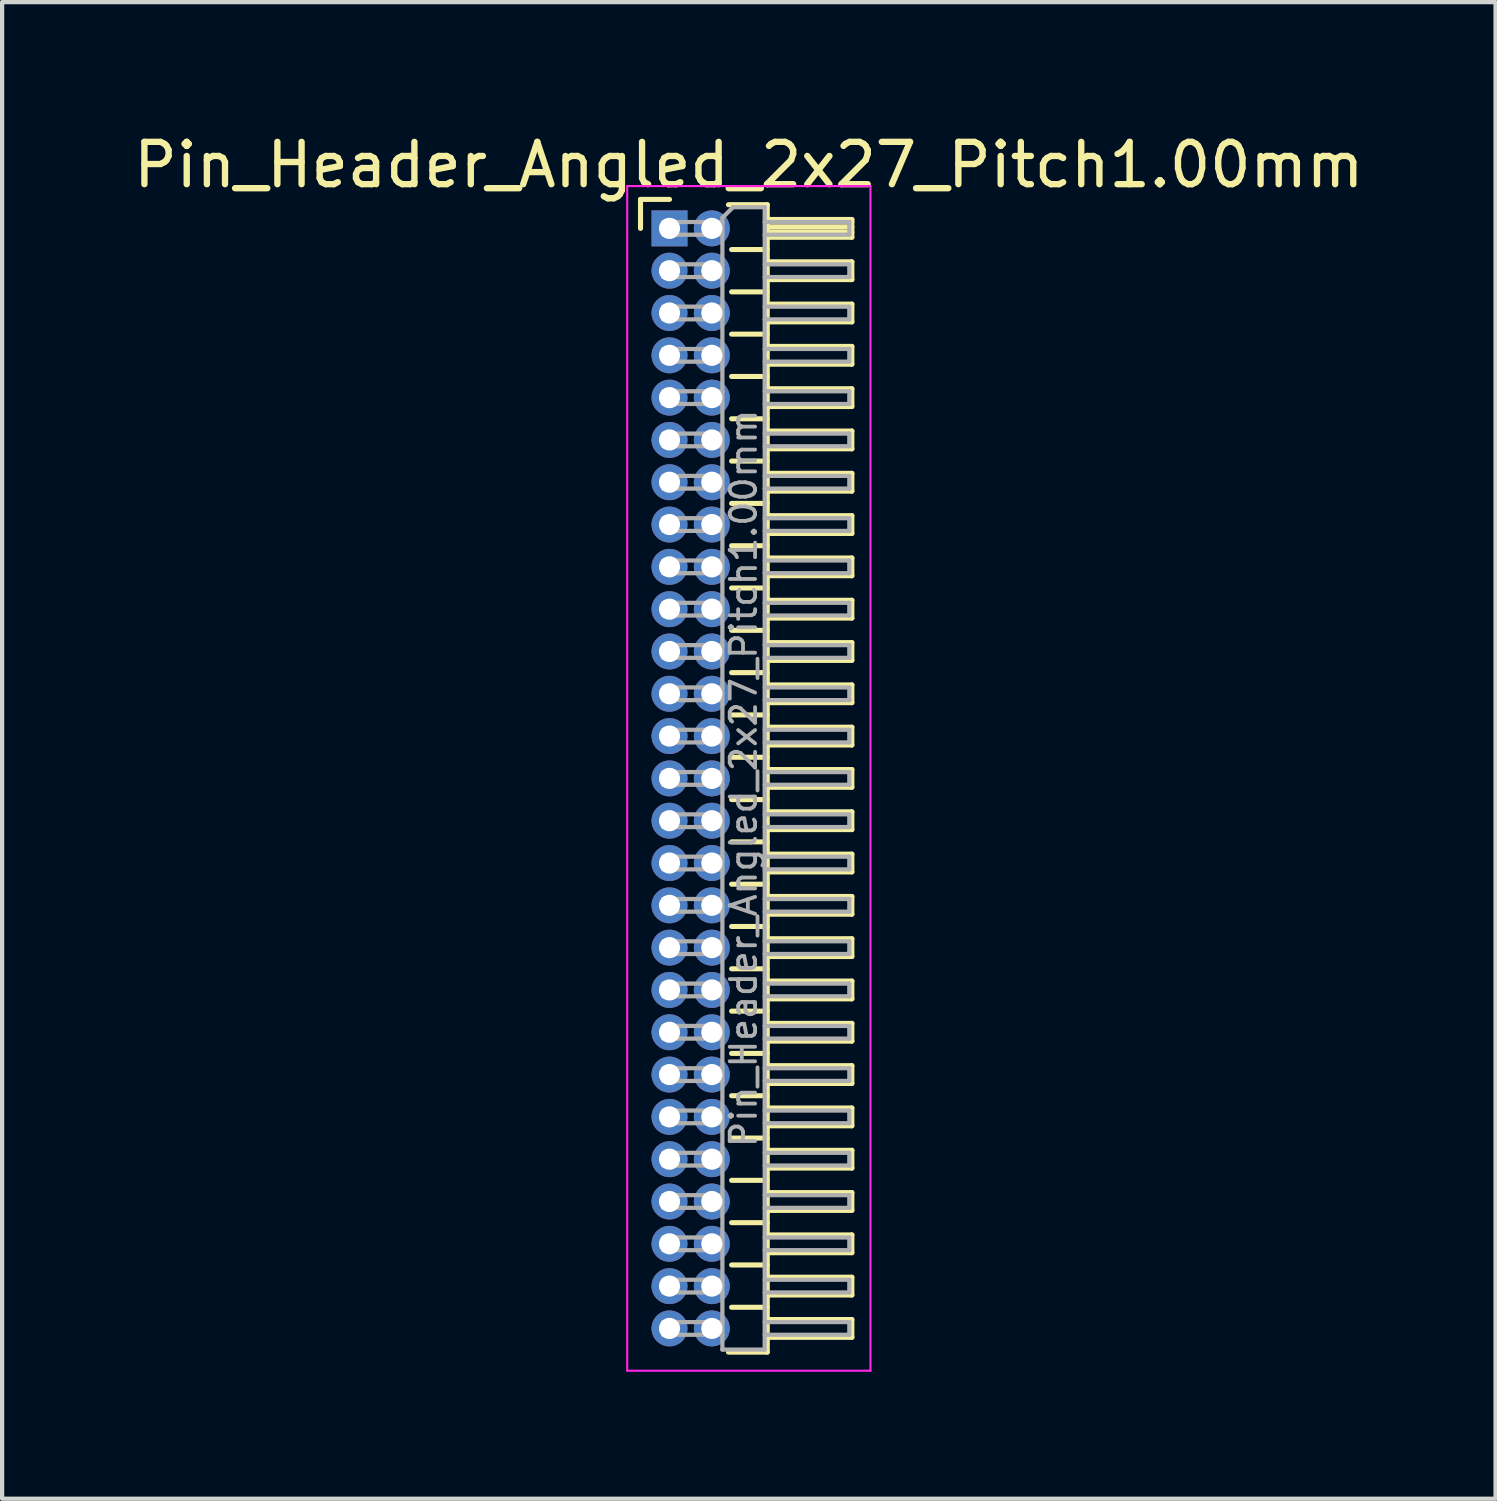
<source format=kicad_pcb>
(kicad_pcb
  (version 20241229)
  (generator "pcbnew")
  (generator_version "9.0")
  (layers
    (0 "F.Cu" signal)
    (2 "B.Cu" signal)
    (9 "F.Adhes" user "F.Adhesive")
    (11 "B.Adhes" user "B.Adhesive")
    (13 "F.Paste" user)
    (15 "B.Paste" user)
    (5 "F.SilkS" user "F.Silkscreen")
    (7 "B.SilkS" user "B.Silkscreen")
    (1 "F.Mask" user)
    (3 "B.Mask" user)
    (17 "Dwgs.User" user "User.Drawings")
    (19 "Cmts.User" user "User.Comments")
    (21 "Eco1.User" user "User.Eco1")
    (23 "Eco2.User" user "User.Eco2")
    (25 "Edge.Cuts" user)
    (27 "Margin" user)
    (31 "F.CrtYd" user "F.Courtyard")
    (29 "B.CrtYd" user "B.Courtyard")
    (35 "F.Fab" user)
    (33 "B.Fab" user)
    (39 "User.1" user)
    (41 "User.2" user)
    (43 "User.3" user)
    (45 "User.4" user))
  (footprint "Pin_Header_Angled_2x27_Pitch1.00mm"
    (layer "F.Cu")
    (at 12.774 2.348)
    (property "Reference" "Pin_Header_Angled_2x27_Pitch1.00mm" (at 1.875 -1.5 0) (layer "F.SilkS") (effects (font (size 1 1) (thickness 0.15))))
    (attr through_hole)
    (fp_line (start -0.685 -0.685) (end 0 -0.685) (stroke (width 0.12) (type solid)) (layer "F.SilkS"))
    (fp_line (start -0.685 0) (end -0.685 -0.685) (stroke (width 0.12) (type solid)) (layer "F.SilkS"))
    (fp_line (start 1.394 -0.56) (end 2.31 -0.56) (stroke (width 0.12) (type solid)) (layer "F.SilkS"))
    (fp_line (start 1.468 0.5) (end 2.31 0.5) (stroke (width 0.12) (type solid)) (layer "F.SilkS"))
    (fp_line (start 1.468 1.5) (end 2.31 1.5) (stroke (width 0.12) (type solid)) (layer "F.SilkS"))
    (fp_line (start 1.468 2.5) (end 2.31 2.5) (stroke (width 0.12) (type solid)) (layer "F.SilkS"))
    (fp_line (start 1.468 3.5) (end 2.31 3.5) (stroke (width 0.12) (type solid)) (layer "F.SilkS"))
    (fp_line (start 1.468 4.5) (end 2.31 4.5) (stroke (width 0.12) (type solid)) (layer "F.SilkS"))
    (fp_line (start 1.468 5.5) (end 2.31 5.5) (stroke (width 0.12) (type solid)) (layer "F.SilkS"))
    (fp_line (start 1.468 6.5) (end 2.31 6.5) (stroke (width 0.12) (type solid)) (layer "F.SilkS"))
    (fp_line (start 1.468 7.5) (end 2.31 7.5) (stroke (width 0.12) (type solid)) (layer "F.SilkS"))
    (fp_line (start 1.468 8.5) (end 2.31 8.5) (stroke (width 0.12) (type solid)) (layer "F.SilkS"))
    (fp_line (start 1.468 9.5) (end 2.31 9.5) (stroke (width 0.12) (type solid)) (layer "F.SilkS"))
    (fp_line (start 1.468 10.5) (end 2.31 10.5) (stroke (width 0.12) (type solid)) (layer "F.SilkS"))
    (fp_line (start 1.468 11.5) (end 2.31 11.5) (stroke (width 0.12) (type solid)) (layer "F.SilkS"))
    (fp_line (start 1.468 12.5) (end 2.31 12.5) (stroke (width 0.12) (type solid)) (layer "F.SilkS"))
    (fp_line (start 1.468 13.5) (end 2.31 13.5) (stroke (width 0.12) (type solid)) (layer "F.SilkS"))
    (fp_line (start 1.468 14.5) (end 2.31 14.5) (stroke (width 0.12) (type solid)) (layer "F.SilkS"))
    (fp_line (start 1.468 15.5) (end 2.31 15.5) (stroke (width 0.12) (type solid)) (layer "F.SilkS"))
    (fp_line (start 1.468 16.5) (end 2.31 16.5) (stroke (width 0.12) (type solid)) (layer "F.SilkS"))
    (fp_line (start 1.468 17.5) (end 2.31 17.5) (stroke (width 0.12) (type solid)) (layer "F.SilkS"))
    (fp_line (start 1.468 18.5) (end 2.31 18.5) (stroke (width 0.12) (type solid)) (layer "F.SilkS"))
    (fp_line (start 1.468 19.5) (end 2.31 19.5) (stroke (width 0.12) (type solid)) (layer "F.SilkS"))
    (fp_line (start 1.468 20.5) (end 2.31 20.5) (stroke (width 0.12) (type solid)) (layer "F.SilkS"))
    (fp_line (start 1.468 21.5) (end 2.31 21.5) (stroke (width 0.12) (type solid)) (layer "F.SilkS"))
    (fp_line (start 1.468 22.5) (end 2.31 22.5) (stroke (width 0.12) (type solid)) (layer "F.SilkS"))
    (fp_line (start 1.468 23.5) (end 2.31 23.5) (stroke (width 0.12) (type solid)) (layer "F.SilkS"))
    (fp_line (start 1.468 24.5) (end 2.31 24.5) (stroke (width 0.12) (type solid)) (layer "F.SilkS"))
    (fp_line (start 1.468 25.5) (end 2.31 25.5) (stroke (width 0.12) (type solid)) (layer "F.SilkS"))
    (fp_line (start 2.31 -0.56) (end 2.31 26.56) (stroke (width 0.12) (type solid)) (layer "F.SilkS"))
    (fp_line (start 2.31 -0.21) (end 4.31 -0.21) (stroke (width 0.12) (type solid)) (layer "F.SilkS"))
    (fp_line (start 2.31 -0.15) (end 4.31 -0.15) (stroke (width 0.12) (type solid)) (layer "F.SilkS"))
    (fp_line (start 2.31 -0.03) (end 4.31 -0.03) (stroke (width 0.12) (type solid)) (layer "F.SilkS"))
    (fp_line (start 2.31 0.09) (end 4.31 0.09) (stroke (width 0.12) (type solid)) (layer "F.SilkS"))
    (fp_line (start 2.31 0.79) (end 4.31 0.79) (stroke (width 0.12) (type solid)) (layer "F.SilkS"))
    (fp_line (start 2.31 1.79) (end 4.31 1.79) (stroke (width 0.12) (type solid)) (layer "F.SilkS"))
    (fp_line (start 2.31 2.79) (end 4.31 2.79) (stroke (width 0.12) (type solid)) (layer "F.SilkS"))
    (fp_line (start 2.31 3.79) (end 4.31 3.79) (stroke (width 0.12) (type solid)) (layer "F.SilkS"))
    (fp_line (start 2.31 4.79) (end 4.31 4.79) (stroke (width 0.12) (type solid)) (layer "F.SilkS"))
    (fp_line (start 2.31 5.79) (end 4.31 5.79) (stroke (width 0.12) (type solid)) (layer "F.SilkS"))
    (fp_line (start 2.31 6.79) (end 4.31 6.79) (stroke (width 0.12) (type solid)) (layer "F.SilkS"))
    (fp_line (start 2.31 7.79) (end 4.31 7.79) (stroke (width 0.12) (type solid)) (layer "F.SilkS"))
    (fp_line (start 2.31 8.79) (end 4.31 8.79) (stroke (width 0.12) (type solid)) (layer "F.SilkS"))
    (fp_line (start 2.31 9.79) (end 4.31 9.79) (stroke (width 0.12) (type solid)) (layer "F.SilkS"))
    (fp_line (start 2.31 10.79) (end 4.31 10.79) (stroke (width 0.12) (type solid)) (layer "F.SilkS"))
    (fp_line (start 2.31 11.79) (end 4.31 11.79) (stroke (width 0.12) (type solid)) (layer "F.SilkS"))
    (fp_line (start 2.31 12.79) (end 4.31 12.79) (stroke (width 0.12) (type solid)) (layer "F.SilkS"))
    (fp_line (start 2.31 13.79) (end 4.31 13.79) (stroke (width 0.12) (type solid)) (layer "F.SilkS"))
    (fp_line (start 2.31 14.79) (end 4.31 14.79) (stroke (width 0.12) (type solid)) (layer "F.SilkS"))
    (fp_line (start 2.31 15.79) (end 4.31 15.79) (stroke (width 0.12) (type solid)) (layer "F.SilkS"))
    (fp_line (start 2.31 16.79) (end 4.31 16.79) (stroke (width 0.12) (type solid)) (layer "F.SilkS"))
    (fp_line (start 2.31 17.79) (end 4.31 17.79) (stroke (width 0.12) (type solid)) (layer "F.SilkS"))
    (fp_line (start 2.31 18.79) (end 4.31 18.79) (stroke (width 0.12) (type solid)) (layer "F.SilkS"))
    (fp_line (start 2.31 19.79) (end 4.31 19.79) (stroke (width 0.12) (type solid)) (layer "F.SilkS"))
    (fp_line (start 2.31 20.79) (end 4.31 20.79) (stroke (width 0.12) (type solid)) (layer "F.SilkS"))
    (fp_line (start 2.31 21.79) (end 4.31 21.79) (stroke (width 0.12) (type solid)) (layer "F.SilkS"))
    (fp_line (start 2.31 22.79) (end 4.31 22.79) (stroke (width 0.12) (type solid)) (layer "F.SilkS"))
    (fp_line (start 2.31 23.79) (end 4.31 23.79) (stroke (width 0.12) (type solid)) (layer "F.SilkS"))
    (fp_line (start 2.31 24.79) (end 4.31 24.79) (stroke (width 0.12) (type solid)) (layer "F.SilkS"))
    (fp_line (start 2.31 25.79) (end 4.31 25.79) (stroke (width 0.12) (type solid)) (layer "F.SilkS"))
    (fp_line (start 2.31 26.56) (end 1.394 26.56) (stroke (width 0.12) (type solid)) (layer "F.SilkS"))
    (fp_line (start 4.31 -0.21) (end 4.31 0.21) (stroke (width 0.12) (type solid)) (layer "F.SilkS"))
    (fp_line (start 4.31 0.21) (end 2.31 0.21) (stroke (width 0.12) (type solid)) (layer "F.SilkS"))
    (fp_line (start 4.31 0.79) (end 4.31 1.21) (stroke (width 0.12) (type solid)) (layer "F.SilkS"))
    (fp_line (start 4.31 1.21) (end 2.31 1.21) (stroke (width 0.12) (type solid)) (layer "F.SilkS"))
    (fp_line (start 4.31 1.79) (end 4.31 2.21) (stroke (width 0.12) (type solid)) (layer "F.SilkS"))
    (fp_line (start 4.31 2.21) (end 2.31 2.21) (stroke (width 0.12) (type solid)) (layer "F.SilkS"))
    (fp_line (start 4.31 2.79) (end 4.31 3.21) (stroke (width 0.12) (type solid)) (layer "F.SilkS"))
    (fp_line (start 4.31 3.21) (end 2.31 3.21) (stroke (width 0.12) (type solid)) (layer "F.SilkS"))
    (fp_line (start 4.31 3.79) (end 4.31 4.21) (stroke (width 0.12) (type solid)) (layer "F.SilkS"))
    (fp_line (start 4.31 4.21) (end 2.31 4.21) (stroke (width 0.12) (type solid)) (layer "F.SilkS"))
    (fp_line (start 4.31 4.79) (end 4.31 5.21) (stroke (width 0.12) (type solid)) (layer "F.SilkS"))
    (fp_line (start 4.31 5.21) (end 2.31 5.21) (stroke (width 0.12) (type solid)) (layer "F.SilkS"))
    (fp_line (start 4.31 5.79) (end 4.31 6.21) (stroke (width 0.12) (type solid)) (layer "F.SilkS"))
    (fp_line (start 4.31 6.21) (end 2.31 6.21) (stroke (width 0.12) (type solid)) (layer "F.SilkS"))
    (fp_line (start 4.31 6.79) (end 4.31 7.21) (stroke (width 0.12) (type solid)) (layer "F.SilkS"))
    (fp_line (start 4.31 7.21) (end 2.31 7.21) (stroke (width 0.12) (type solid)) (layer "F.SilkS"))
    (fp_line (start 4.31 7.79) (end 4.31 8.21) (stroke (width 0.12) (type solid)) (layer "F.SilkS"))
    (fp_line (start 4.31 8.21) (end 2.31 8.21) (stroke (width 0.12) (type solid)) (layer "F.SilkS"))
    (fp_line (start 4.31 8.79) (end 4.31 9.21) (stroke (width 0.12) (type solid)) (layer "F.SilkS"))
    (fp_line (start 4.31 9.21) (end 2.31 9.21) (stroke (width 0.12) (type solid)) (layer "F.SilkS"))
    (fp_line (start 4.31 9.79) (end 4.31 10.21) (stroke (width 0.12) (type solid)) (layer "F.SilkS"))
    (fp_line (start 4.31 10.21) (end 2.31 10.21) (stroke (width 0.12) (type solid)) (layer "F.SilkS"))
    (fp_line (start 4.31 10.79) (end 4.31 11.21) (stroke (width 0.12) (type solid)) (layer "F.SilkS"))
    (fp_line (start 4.31 11.21) (end 2.31 11.21) (stroke (width 0.12) (type solid)) (layer "F.SilkS"))
    (fp_line (start 4.31 11.79) (end 4.31 12.21) (stroke (width 0.12) (type solid)) (layer "F.SilkS"))
    (fp_line (start 4.31 12.21) (end 2.31 12.21) (stroke (width 0.12) (type solid)) (layer "F.SilkS"))
    (fp_line (start 4.31 12.79) (end 4.31 13.21) (stroke (width 0.12) (type solid)) (layer "F.SilkS"))
    (fp_line (start 4.31 13.21) (end 2.31 13.21) (stroke (width 0.12) (type solid)) (layer "F.SilkS"))
    (fp_line (start 4.31 13.79) (end 4.31 14.21) (stroke (width 0.12) (type solid)) (layer "F.SilkS"))
    (fp_line (start 4.31 14.21) (end 2.31 14.21) (stroke (width 0.12) (type solid)) (layer "F.SilkS"))
    (fp_line (start 4.31 14.79) (end 4.31 15.21) (stroke (width 0.12) (type solid)) (layer "F.SilkS"))
    (fp_line (start 4.31 15.21) (end 2.31 15.21) (stroke (width 0.12) (type solid)) (layer "F.SilkS"))
    (fp_line (start 4.31 15.79) (end 4.31 16.21) (stroke (width 0.12) (type solid)) (layer "F.SilkS"))
    (fp_line (start 4.31 16.21) (end 2.31 16.21) (stroke (width 0.12) (type solid)) (layer "F.SilkS"))
    (fp_line (start 4.31 16.79) (end 4.31 17.21) (stroke (width 0.12) (type solid)) (layer "F.SilkS"))
    (fp_line (start 4.31 17.21) (end 2.31 17.21) (stroke (width 0.12) (type solid)) (layer "F.SilkS"))
    (fp_line (start 4.31 17.79) (end 4.31 18.21) (stroke (width 0.12) (type solid)) (layer "F.SilkS"))
    (fp_line (start 4.31 18.21) (end 2.31 18.21) (stroke (width 0.12) (type solid)) (layer "F.SilkS"))
    (fp_line (start 4.31 18.79) (end 4.31 19.21) (stroke (width 0.12) (type solid)) (layer "F.SilkS"))
    (fp_line (start 4.31 19.21) (end 2.31 19.21) (stroke (width 0.12) (type solid)) (layer "F.SilkS"))
    (fp_line (start 4.31 19.79) (end 4.31 20.21) (stroke (width 0.12) (type solid)) (layer "F.SilkS"))
    (fp_line (start 4.31 20.21) (end 2.31 20.21) (stroke (width 0.12) (type solid)) (layer "F.SilkS"))
    (fp_line (start 4.31 20.79) (end 4.31 21.21) (stroke (width 0.12) (type solid)) (layer "F.SilkS"))
    (fp_line (start 4.31 21.21) (end 2.31 21.21) (stroke (width 0.12) (type solid)) (layer "F.SilkS"))
    (fp_line (start 4.31 21.79) (end 4.31 22.21) (stroke (width 0.12) (type solid)) (layer "F.SilkS"))
    (fp_line (start 4.31 22.21) (end 2.31 22.21) (stroke (width 0.12) (type solid)) (layer "F.SilkS"))
    (fp_line (start 4.31 22.79) (end 4.31 23.21) (stroke (width 0.12) (type solid)) (layer "F.SilkS"))
    (fp_line (start 4.31 23.21) (end 2.31 23.21) (stroke (width 0.12) (type solid)) (layer "F.SilkS"))
    (fp_line (start 4.31 23.79) (end 4.31 24.21) (stroke (width 0.12) (type solid)) (layer "F.SilkS"))
    (fp_line (start 4.31 24.21) (end 2.31 24.21) (stroke (width 0.12) (type solid)) (layer "F.SilkS"))
    (fp_line (start 4.31 24.79) (end 4.31 25.21) (stroke (width 0.12) (type solid)) (layer "F.SilkS"))
    (fp_line (start 4.31 25.21) (end 2.31 25.21) (stroke (width 0.12) (type solid)) (layer "F.SilkS"))
    (fp_line (start 4.31 25.79) (end 4.31 26.21) (stroke (width 0.12) (type solid)) (layer "F.SilkS"))
    (fp_line (start 4.31 26.21) (end 2.31 26.21) (stroke (width 0.12) (type solid)) (layer "F.SilkS"))
    (fp_line (start -1 -1) (end -1 27) (stroke (width 0.05) (type solid)) (layer "F.CrtYd"))
    (fp_line (start -1 27) (end 4.75 27) (stroke (width 0.05) (type solid)) (layer "F.CrtYd"))
    (fp_line (start 4.75 -1) (end -1 -1) (stroke (width 0.05) (type solid)) (layer "F.CrtYd"))
    (fp_line (start 4.75 27) (end 4.75 -1) (stroke (width 0.05) (type solid)) (layer "F.CrtYd"))
    (fp_line (start -0.15 -0.15) (end -0.15 0.15) (stroke (width 0.1) (type solid)) (layer "F.Fab"))
    (fp_line (start -0.15 -0.15) (end 1.25 -0.15) (stroke (width 0.1) (type solid)) (layer "F.Fab"))
    (fp_line (start -0.15 0.15) (end 1.25 0.15) (stroke (width 0.1) (type solid)) (layer "F.Fab"))
    (fp_line (start -0.15 0.85) (end -0.15 1.15) (stroke (width 0.1) (type solid)) (layer "F.Fab"))
    (fp_line (start -0.15 0.85) (end 1.25 0.85) (stroke (width 0.1) (type solid)) (layer "F.Fab"))
    (fp_line (start -0.15 1.15) (end 1.25 1.15) (stroke (width 0.1) (type solid)) (layer "F.Fab"))
    (fp_line (start -0.15 1.85) (end -0.15 2.15) (stroke (width 0.1) (type solid)) (layer "F.Fab"))
    (fp_line (start -0.15 1.85) (end 1.25 1.85) (stroke (width 0.1) (type solid)) (layer "F.Fab"))
    (fp_line (start -0.15 2.15) (end 1.25 2.15) (stroke (width 0.1) (type solid)) (layer "F.Fab"))
    (fp_line (start -0.15 2.85) (end -0.15 3.15) (stroke (width 0.1) (type solid)) (layer "F.Fab"))
    (fp_line (start -0.15 2.85) (end 1.25 2.85) (stroke (width 0.1) (type solid)) (layer "F.Fab"))
    (fp_line (start -0.15 3.15) (end 1.25 3.15) (stroke (width 0.1) (type solid)) (layer "F.Fab"))
    (fp_line (start -0.15 3.85) (end -0.15 4.15) (stroke (width 0.1) (type solid)) (layer "F.Fab"))
    (fp_line (start -0.15 3.85) (end 1.25 3.85) (stroke (width 0.1) (type solid)) (layer "F.Fab"))
    (fp_line (start -0.15 4.15) (end 1.25 4.15) (stroke (width 0.1) (type solid)) (layer "F.Fab"))
    (fp_line (start -0.15 4.85) (end -0.15 5.15) (stroke (width 0.1) (type solid)) (layer "F.Fab"))
    (fp_line (start -0.15 4.85) (end 1.25 4.85) (stroke (width 0.1) (type solid)) (layer "F.Fab"))
    (fp_line (start -0.15 5.15) (end 1.25 5.15) (stroke (width 0.1) (type solid)) (layer "F.Fab"))
    (fp_line (start -0.15 5.85) (end -0.15 6.15) (stroke (width 0.1) (type solid)) (layer "F.Fab"))
    (fp_line (start -0.15 5.85) (end 1.25 5.85) (stroke (width 0.1) (type solid)) (layer "F.Fab"))
    (fp_line (start -0.15 6.15) (end 1.25 6.15) (stroke (width 0.1) (type solid)) (layer "F.Fab"))
    (fp_line (start -0.15 6.85) (end -0.15 7.15) (stroke (width 0.1) (type solid)) (layer "F.Fab"))
    (fp_line (start -0.15 6.85) (end 1.25 6.85) (stroke (width 0.1) (type solid)) (layer "F.Fab"))
    (fp_line (start -0.15 7.15) (end 1.25 7.15) (stroke (width 0.1) (type solid)) (layer "F.Fab"))
    (fp_line (start -0.15 7.85) (end -0.15 8.15) (stroke (width 0.1) (type solid)) (layer "F.Fab"))
    (fp_line (start -0.15 7.85) (end 1.25 7.85) (stroke (width 0.1) (type solid)) (layer "F.Fab"))
    (fp_line (start -0.15 8.15) (end 1.25 8.15) (stroke (width 0.1) (type solid)) (layer "F.Fab"))
    (fp_line (start -0.15 8.85) (end -0.15 9.15) (stroke (width 0.1) (type solid)) (layer "F.Fab"))
    (fp_line (start -0.15 8.85) (end 1.25 8.85) (stroke (width 0.1) (type solid)) (layer "F.Fab"))
    (fp_line (start -0.15 9.15) (end 1.25 9.15) (stroke (width 0.1) (type solid)) (layer "F.Fab"))
    (fp_line (start -0.15 9.85) (end -0.15 10.15) (stroke (width 0.1) (type solid)) (layer "F.Fab"))
    (fp_line (start -0.15 9.85) (end 1.25 9.85) (stroke (width 0.1) (type solid)) (layer "F.Fab"))
    (fp_line (start -0.15 10.15) (end 1.25 10.15) (stroke (width 0.1) (type solid)) (layer "F.Fab"))
    (fp_line (start -0.15 10.85) (end -0.15 11.15) (stroke (width 0.1) (type solid)) (layer "F.Fab"))
    (fp_line (start -0.15 10.85) (end 1.25 10.85) (stroke (width 0.1) (type solid)) (layer "F.Fab"))
    (fp_line (start -0.15 11.15) (end 1.25 11.15) (stroke (width 0.1) (type solid)) (layer "F.Fab"))
    (fp_line (start -0.15 11.85) (end -0.15 12.15) (stroke (width 0.1) (type solid)) (layer "F.Fab"))
    (fp_line (start -0.15 11.85) (end 1.25 11.85) (stroke (width 0.1) (type solid)) (layer "F.Fab"))
    (fp_line (start -0.15 12.15) (end 1.25 12.15) (stroke (width 0.1) (type solid)) (layer "F.Fab"))
    (fp_line (start -0.15 12.85) (end -0.15 13.15) (stroke (width 0.1) (type solid)) (layer "F.Fab"))
    (fp_line (start -0.15 12.85) (end 1.25 12.85) (stroke (width 0.1) (type solid)) (layer "F.Fab"))
    (fp_line (start -0.15 13.15) (end 1.25 13.15) (stroke (width 0.1) (type solid)) (layer "F.Fab"))
    (fp_line (start -0.15 13.85) (end -0.15 14.15) (stroke (width 0.1) (type solid)) (layer "F.Fab"))
    (fp_line (start -0.15 13.85) (end 1.25 13.85) (stroke (width 0.1) (type solid)) (layer "F.Fab"))
    (fp_line (start -0.15 14.15) (end 1.25 14.15) (stroke (width 0.1) (type solid)) (layer "F.Fab"))
    (fp_line (start -0.15 14.85) (end -0.15 15.15) (stroke (width 0.1) (type solid)) (layer "F.Fab"))
    (fp_line (start -0.15 14.85) (end 1.25 14.85) (stroke (width 0.1) (type solid)) (layer "F.Fab"))
    (fp_line (start -0.15 15.15) (end 1.25 15.15) (stroke (width 0.1) (type solid)) (layer "F.Fab"))
    (fp_line (start -0.15 15.85) (end -0.15 16.15) (stroke (width 0.1) (type solid)) (layer "F.Fab"))
    (fp_line (start -0.15 15.85) (end 1.25 15.85) (stroke (width 0.1) (type solid)) (layer "F.Fab"))
    (fp_line (start -0.15 16.15) (end 1.25 16.15) (stroke (width 0.1) (type solid)) (layer "F.Fab"))
    (fp_line (start -0.15 16.85) (end -0.15 17.15) (stroke (width 0.1) (type solid)) (layer "F.Fab"))
    (fp_line (start -0.15 16.85) (end 1.25 16.85) (stroke (width 0.1) (type solid)) (layer "F.Fab"))
    (fp_line (start -0.15 17.15) (end 1.25 17.15) (stroke (width 0.1) (type solid)) (layer "F.Fab"))
    (fp_line (start -0.15 17.85) (end -0.15 18.15) (stroke (width 0.1) (type solid)) (layer "F.Fab"))
    (fp_line (start -0.15 17.85) (end 1.25 17.85) (stroke (width 0.1) (type solid)) (layer "F.Fab"))
    (fp_line (start -0.15 18.15) (end 1.25 18.15) (stroke (width 0.1) (type solid)) (layer "F.Fab"))
    (fp_line (start -0.15 18.85) (end -0.15 19.15) (stroke (width 0.1) (type solid)) (layer "F.Fab"))
    (fp_line (start -0.15 18.85) (end 1.25 18.85) (stroke (width 0.1) (type solid)) (layer "F.Fab"))
    (fp_line (start -0.15 19.15) (end 1.25 19.15) (stroke (width 0.1) (type solid)) (layer "F.Fab"))
    (fp_line (start -0.15 19.85) (end -0.15 20.15) (stroke (width 0.1) (type solid)) (layer "F.Fab"))
    (fp_line (start -0.15 19.85) (end 1.25 19.85) (stroke (width 0.1) (type solid)) (layer "F.Fab"))
    (fp_line (start -0.15 20.15) (end 1.25 20.15) (stroke (width 0.1) (type solid)) (layer "F.Fab"))
    (fp_line (start -0.15 20.85) (end -0.15 21.15) (stroke (width 0.1) (type solid)) (layer "F.Fab"))
    (fp_line (start -0.15 20.85) (end 1.25 20.85) (stroke (width 0.1) (type solid)) (layer "F.Fab"))
    (fp_line (start -0.15 21.15) (end 1.25 21.15) (stroke (width 0.1) (type solid)) (layer "F.Fab"))
    (fp_line (start -0.15 21.85) (end -0.15 22.15) (stroke (width 0.1) (type solid)) (layer "F.Fab"))
    (fp_line (start -0.15 21.85) (end 1.25 21.85) (stroke (width 0.1) (type solid)) (layer "F.Fab"))
    (fp_line (start -0.15 22.15) (end 1.25 22.15) (stroke (width 0.1) (type solid)) (layer "F.Fab"))
    (fp_line (start -0.15 22.85) (end -0.15 23.15) (stroke (width 0.1) (type solid)) (layer "F.Fab"))
    (fp_line (start -0.15 22.85) (end 1.25 22.85) (stroke (width 0.1) (type solid)) (layer "F.Fab"))
    (fp_line (start -0.15 23.15) (end 1.25 23.15) (stroke (width 0.1) (type solid)) (layer "F.Fab"))
    (fp_line (start -0.15 23.85) (end -0.15 24.15) (stroke (width 0.1) (type solid)) (layer "F.Fab"))
    (fp_line (start -0.15 23.85) (end 1.25 23.85) (stroke (width 0.1) (type solid)) (layer "F.Fab"))
    (fp_line (start -0.15 24.15) (end 1.25 24.15) (stroke (width 0.1) (type solid)) (layer "F.Fab"))
    (fp_line (start -0.15 24.85) (end -0.15 25.15) (stroke (width 0.1) (type solid)) (layer "F.Fab"))
    (fp_line (start -0.15 24.85) (end 1.25 24.85) (stroke (width 0.1) (type solid)) (layer "F.Fab"))
    (fp_line (start -0.15 25.15) (end 1.25 25.15) (stroke (width 0.1) (type solid)) (layer "F.Fab"))
    (fp_line (start -0.15 25.85) (end -0.15 26.15) (stroke (width 0.1) (type solid)) (layer "F.Fab"))
    (fp_line (start -0.15 25.85) (end 1.25 25.85) (stroke (width 0.1) (type solid)) (layer "F.Fab"))
    (fp_line (start -0.15 26.15) (end 1.25 26.15) (stroke (width 0.1) (type solid)) (layer "F.Fab"))
    (fp_line (start 1.25 -0.25) (end 1.5 -0.5) (stroke (width 0.1) (type solid)) (layer "F.Fab"))
    (fp_line (start 1.25 26.5) (end 1.25 -0.25) (stroke (width 0.1) (type solid)) (layer "F.Fab"))
    (fp_line (start 1.5 -0.5) (end 2.25 -0.5) (stroke (width 0.1) (type solid)) (layer "F.Fab"))
    (fp_line (start 2.25 -0.5) (end 2.25 26.5) (stroke (width 0.1) (type solid)) (layer "F.Fab"))
    (fp_line (start 2.25 -0.15) (end 4.25 -0.15) (stroke (width 0.1) (type solid)) (layer "F.Fab"))
    (fp_line (start 2.25 0.15) (end 4.25 0.15) (stroke (width 0.1) (type solid)) (layer "F.Fab"))
    (fp_line (start 2.25 0.85) (end 4.25 0.85) (stroke (width 0.1) (type solid)) (layer "F.Fab"))
    (fp_line (start 2.25 1.15) (end 4.25 1.15) (stroke (width 0.1) (type solid)) (layer "F.Fab"))
    (fp_line (start 2.25 1.85) (end 4.25 1.85) (stroke (width 0.1) (type solid)) (layer "F.Fab"))
    (fp_line (start 2.25 2.15) (end 4.25 2.15) (stroke (width 0.1) (type solid)) (layer "F.Fab"))
    (fp_line (start 2.25 2.85) (end 4.25 2.85) (stroke (width 0.1) (type solid)) (layer "F.Fab"))
    (fp_line (start 2.25 3.15) (end 4.25 3.15) (stroke (width 0.1) (type solid)) (layer "F.Fab"))
    (fp_line (start 2.25 3.85) (end 4.25 3.85) (stroke (width 0.1) (type solid)) (layer "F.Fab"))
    (fp_line (start 2.25 4.15) (end 4.25 4.15) (stroke (width 0.1) (type solid)) (layer "F.Fab"))
    (fp_line (start 2.25 4.85) (end 4.25 4.85) (stroke (width 0.1) (type solid)) (layer "F.Fab"))
    (fp_line (start 2.25 5.15) (end 4.25 5.15) (stroke (width 0.1) (type solid)) (layer "F.Fab"))
    (fp_line (start 2.25 5.85) (end 4.25 5.85) (stroke (width 0.1) (type solid)) (layer "F.Fab"))
    (fp_line (start 2.25 6.15) (end 4.25 6.15) (stroke (width 0.1) (type solid)) (layer "F.Fab"))
    (fp_line (start 2.25 6.85) (end 4.25 6.85) (stroke (width 0.1) (type solid)) (layer "F.Fab"))
    (fp_line (start 2.25 7.15) (end 4.25 7.15) (stroke (width 0.1) (type solid)) (layer "F.Fab"))
    (fp_line (start 2.25 7.85) (end 4.25 7.85) (stroke (width 0.1) (type solid)) (layer "F.Fab"))
    (fp_line (start 2.25 8.15) (end 4.25 8.15) (stroke (width 0.1) (type solid)) (layer "F.Fab"))
    (fp_line (start 2.25 8.85) (end 4.25 8.85) (stroke (width 0.1) (type solid)) (layer "F.Fab"))
    (fp_line (start 2.25 9.15) (end 4.25 9.15) (stroke (width 0.1) (type solid)) (layer "F.Fab"))
    (fp_line (start 2.25 9.85) (end 4.25 9.85) (stroke (width 0.1) (type solid)) (layer "F.Fab"))
    (fp_line (start 2.25 10.15) (end 4.25 10.15) (stroke (width 0.1) (type solid)) (layer "F.Fab"))
    (fp_line (start 2.25 10.85) (end 4.25 10.85) (stroke (width 0.1) (type solid)) (layer "F.Fab"))
    (fp_line (start 2.25 11.15) (end 4.25 11.15) (stroke (width 0.1) (type solid)) (layer "F.Fab"))
    (fp_line (start 2.25 11.85) (end 4.25 11.85) (stroke (width 0.1) (type solid)) (layer "F.Fab"))
    (fp_line (start 2.25 12.15) (end 4.25 12.15) (stroke (width 0.1) (type solid)) (layer "F.Fab"))
    (fp_line (start 2.25 12.85) (end 4.25 12.85) (stroke (width 0.1) (type solid)) (layer "F.Fab"))
    (fp_line (start 2.25 13.15) (end 4.25 13.15) (stroke (width 0.1) (type solid)) (layer "F.Fab"))
    (fp_line (start 2.25 13.85) (end 4.25 13.85) (stroke (width 0.1) (type solid)) (layer "F.Fab"))
    (fp_line (start 2.25 14.15) (end 4.25 14.15) (stroke (width 0.1) (type solid)) (layer "F.Fab"))
    (fp_line (start 2.25 14.85) (end 4.25 14.85) (stroke (width 0.1) (type solid)) (layer "F.Fab"))
    (fp_line (start 2.25 15.15) (end 4.25 15.15) (stroke (width 0.1) (type solid)) (layer "F.Fab"))
    (fp_line (start 2.25 15.85) (end 4.25 15.85) (stroke (width 0.1) (type solid)) (layer "F.Fab"))
    (fp_line (start 2.25 16.15) (end 4.25 16.15) (stroke (width 0.1) (type solid)) (layer "F.Fab"))
    (fp_line (start 2.25 16.85) (end 4.25 16.85) (stroke (width 0.1) (type solid)) (layer "F.Fab"))
    (fp_line (start 2.25 17.15) (end 4.25 17.15) (stroke (width 0.1) (type solid)) (layer "F.Fab"))
    (fp_line (start 2.25 17.85) (end 4.25 17.85) (stroke (width 0.1) (type solid)) (layer "F.Fab"))
    (fp_line (start 2.25 18.15) (end 4.25 18.15) (stroke (width 0.1) (type solid)) (layer "F.Fab"))
    (fp_line (start 2.25 18.85) (end 4.25 18.85) (stroke (width 0.1) (type solid)) (layer "F.Fab"))
    (fp_line (start 2.25 19.15) (end 4.25 19.15) (stroke (width 0.1) (type solid)) (layer "F.Fab"))
    (fp_line (start 2.25 19.85) (end 4.25 19.85) (stroke (width 0.1) (type solid)) (layer "F.Fab"))
    (fp_line (start 2.25 20.15) (end 4.25 20.15) (stroke (width 0.1) (type solid)) (layer "F.Fab"))
    (fp_line (start 2.25 20.85) (end 4.25 20.85) (stroke (width 0.1) (type solid)) (layer "F.Fab"))
    (fp_line (start 2.25 21.15) (end 4.25 21.15) (stroke (width 0.1) (type solid)) (layer "F.Fab"))
    (fp_line (start 2.25 21.85) (end 4.25 21.85) (stroke (width 0.1) (type solid)) (layer "F.Fab"))
    (fp_line (start 2.25 22.15) (end 4.25 22.15) (stroke (width 0.1) (type solid)) (layer "F.Fab"))
    (fp_line (start 2.25 22.85) (end 4.25 22.85) (stroke (width 0.1) (type solid)) (layer "F.Fab"))
    (fp_line (start 2.25 23.15) (end 4.25 23.15) (stroke (width 0.1) (type solid)) (layer "F.Fab"))
    (fp_line (start 2.25 23.85) (end 4.25 23.85) (stroke (width 0.1) (type solid)) (layer "F.Fab"))
    (fp_line (start 2.25 24.15) (end 4.25 24.15) (stroke (width 0.1) (type solid)) (layer "F.Fab"))
    (fp_line (start 2.25 24.85) (end 4.25 24.85) (stroke (width 0.1) (type solid)) (layer "F.Fab"))
    (fp_line (start 2.25 25.15) (end 4.25 25.15) (stroke (width 0.1) (type solid)) (layer "F.Fab"))
    (fp_line (start 2.25 25.85) (end 4.25 25.85) (stroke (width 0.1) (type solid)) (layer "F.Fab"))
    (fp_line (start 2.25 26.15) (end 4.25 26.15) (stroke (width 0.1) (type solid)) (layer "F.Fab"))
    (fp_line (start 2.25 26.5) (end 1.25 26.5) (stroke (width 0.1) (type solid)) (layer "F.Fab"))
    (fp_line (start 4.25 -0.15) (end 4.25 0.15) (stroke (width 0.1) (type solid)) (layer "F.Fab"))
    (fp_line (start 4.25 0.85) (end 4.25 1.15) (stroke (width 0.1) (type solid)) (layer "F.Fab"))
    (fp_line (start 4.25 1.85) (end 4.25 2.15) (stroke (width 0.1) (type solid)) (layer "F.Fab"))
    (fp_line (start 4.25 2.85) (end 4.25 3.15) (stroke (width 0.1) (type solid)) (layer "F.Fab"))
    (fp_line (start 4.25 3.85) (end 4.25 4.15) (stroke (width 0.1) (type solid)) (layer "F.Fab"))
    (fp_line (start 4.25 4.85) (end 4.25 5.15) (stroke (width 0.1) (type solid)) (layer "F.Fab"))
    (fp_line (start 4.25 5.85) (end 4.25 6.15) (stroke (width 0.1) (type solid)) (layer "F.Fab"))
    (fp_line (start 4.25 6.85) (end 4.25 7.15) (stroke (width 0.1) (type solid)) (layer "F.Fab"))
    (fp_line (start 4.25 7.85) (end 4.25 8.15) (stroke (width 0.1) (type solid)) (layer "F.Fab"))
    (fp_line (start 4.25 8.85) (end 4.25 9.15) (stroke (width 0.1) (type solid)) (layer "F.Fab"))
    (fp_line (start 4.25 9.85) (end 4.25 10.15) (stroke (width 0.1) (type solid)) (layer "F.Fab"))
    (fp_line (start 4.25 10.85) (end 4.25 11.15) (stroke (width 0.1) (type solid)) (layer "F.Fab"))
    (fp_line (start 4.25 11.85) (end 4.25 12.15) (stroke (width 0.1) (type solid)) (layer "F.Fab"))
    (fp_line (start 4.25 12.85) (end 4.25 13.15) (stroke (width 0.1) (type solid)) (layer "F.Fab"))
    (fp_line (start 4.25 13.85) (end 4.25 14.15) (stroke (width 0.1) (type solid)) (layer "F.Fab"))
    (fp_line (start 4.25 14.85) (end 4.25 15.15) (stroke (width 0.1) (type solid)) (layer "F.Fab"))
    (fp_line (start 4.25 15.85) (end 4.25 16.15) (stroke (width 0.1) (type solid)) (layer "F.Fab"))
    (fp_line (start 4.25 16.85) (end 4.25 17.15) (stroke (width 0.1) (type solid)) (layer "F.Fab"))
    (fp_line (start 4.25 17.85) (end 4.25 18.15) (stroke (width 0.1) (type solid)) (layer "F.Fab"))
    (fp_line (start 4.25 18.85) (end 4.25 19.15) (stroke (width 0.1) (type solid)) (layer "F.Fab"))
    (fp_line (start 4.25 19.85) (end 4.25 20.15) (stroke (width 0.1) (type solid)) (layer "F.Fab"))
    (fp_line (start 4.25 20.85) (end 4.25 21.15) (stroke (width 0.1) (type solid)) (layer "F.Fab"))
    (fp_line (start 4.25 21.85) (end 4.25 22.15) (stroke (width 0.1) (type solid)) (layer "F.Fab"))
    (fp_line (start 4.25 22.85) (end 4.25 23.15) (stroke (width 0.1) (type solid)) (layer "F.Fab"))
    (fp_line (start 4.25 23.85) (end 4.25 24.15) (stroke (width 0.1) (type solid)) (layer "F.Fab"))
    (fp_line (start 4.25 24.85) (end 4.25 25.15) (stroke (width 0.1) (type solid)) (layer "F.Fab"))
    (fp_line (start 4.25 25.85) (end 4.25 26.15) (stroke (width 0.1) (type solid)) (layer "F.Fab"))
    (fp_text user "${REFERENCE}" (at 1.75 13 90) (layer "F.Fab") (effects (font (size 0.6 0.6) (thickness 0.09))))
    (pad "1" thru_hole rect (at 0 0) (size 0.85 0.85) (drill 0.5) (layers "*.Cu" "*.Mask"))
    (pad "2" thru_hole oval (at 1 0) (size 0.85 0.85) (drill 0.5) (layers "*.Cu" "*.Mask"))
    (pad "3" thru_hole oval (at 0 1) (size 0.85 0.85) (drill 0.5) (layers "*.Cu" "*.Mask"))
    (pad "4" thru_hole oval (at 1 1) (size 0.85 0.85) (drill 0.5) (layers "*.Cu" "*.Mask"))
    (pad "5" thru_hole oval (at 0 2) (size 0.85 0.85) (drill 0.5) (layers "*.Cu" "*.Mask"))
    (pad "6" thru_hole oval (at 1 2) (size 0.85 0.85) (drill 0.5) (layers "*.Cu" "*.Mask"))
    (pad "7" thru_hole oval (at 0 3) (size 0.85 0.85) (drill 0.5) (layers "*.Cu" "*.Mask"))
    (pad "8" thru_hole oval (at 1 3) (size 0.85 0.85) (drill 0.5) (layers "*.Cu" "*.Mask"))
    (pad "9" thru_hole oval (at 0 4) (size 0.85 0.85) (drill 0.5) (layers "*.Cu" "*.Mask"))
    (pad "10" thru_hole oval (at 1 4) (size 0.85 0.85) (drill 0.5) (layers "*.Cu" "*.Mask"))
    (pad "11" thru_hole oval (at 0 5) (size 0.85 0.85) (drill 0.5) (layers "*.Cu" "*.Mask"))
    (pad "12" thru_hole oval (at 1 5) (size 0.85 0.85) (drill 0.5) (layers "*.Cu" "*.Mask"))
    (pad "13" thru_hole oval (at 0 6) (size 0.85 0.85) (drill 0.5) (layers "*.Cu" "*.Mask"))
    (pad "14" thru_hole oval (at 1 6) (size 0.85 0.85) (drill 0.5) (layers "*.Cu" "*.Mask"))
    (pad "15" thru_hole oval (at 0 7) (size 0.85 0.85) (drill 0.5) (layers "*.Cu" "*.Mask"))
    (pad "16" thru_hole oval (at 1 7) (size 0.85 0.85) (drill 0.5) (layers "*.Cu" "*.Mask"))
    (pad "17" thru_hole oval (at 0 8) (size 0.85 0.85) (drill 0.5) (layers "*.Cu" "*.Mask"))
    (pad "18" thru_hole oval (at 1 8) (size 0.85 0.85) (drill 0.5) (layers "*.Cu" "*.Mask"))
    (pad "19" thru_hole oval (at 0 9) (size 0.85 0.85) (drill 0.5) (layers "*.Cu" "*.Mask"))
    (pad "20" thru_hole oval (at 1 9) (size 0.85 0.85) (drill 0.5) (layers "*.Cu" "*.Mask"))
    (pad "21" thru_hole oval (at 0 10) (size 0.85 0.85) (drill 0.5) (layers "*.Cu" "*.Mask"))
    (pad "22" thru_hole oval (at 1 10) (size 0.85 0.85) (drill 0.5) (layers "*.Cu" "*.Mask"))
    (pad "23" thru_hole oval (at 0 11) (size 0.85 0.85) (drill 0.5) (layers "*.Cu" "*.Mask"))
    (pad "24" thru_hole oval (at 1 11) (size 0.85 0.85) (drill 0.5) (layers "*.Cu" "*.Mask"))
    (pad "25" thru_hole oval (at 0 12) (size 0.85 0.85) (drill 0.5) (layers "*.Cu" "*.Mask"))
    (pad "26" thru_hole oval (at 1 12) (size 0.85 0.85) (drill 0.5) (layers "*.Cu" "*.Mask"))
    (pad "27" thru_hole oval (at 0 13) (size 0.85 0.85) (drill 0.5) (layers "*.Cu" "*.Mask"))
    (pad "28" thru_hole oval (at 1 13) (size 0.85 0.85) (drill 0.5) (layers "*.Cu" "*.Mask"))
    (pad "29" thru_hole oval (at 0 14) (size 0.85 0.85) (drill 0.5) (layers "*.Cu" "*.Mask"))
    (pad "30" thru_hole oval (at 1 14) (size 0.85 0.85) (drill 0.5) (layers "*.Cu" "*.Mask"))
    (pad "31" thru_hole oval (at 0 15) (size 0.85 0.85) (drill 0.5) (layers "*.Cu" "*.Mask"))
    (pad "32" thru_hole oval (at 1 15) (size 0.85 0.85) (drill 0.5) (layers "*.Cu" "*.Mask"))
    (pad "33" thru_hole oval (at 0 16) (size 0.85 0.85) (drill 0.5) (layers "*.Cu" "*.Mask"))
    (pad "34" thru_hole oval (at 1 16) (size 0.85 0.85) (drill 0.5) (layers "*.Cu" "*.Mask"))
    (pad "35" thru_hole oval (at 0 17) (size 0.85 0.85) (drill 0.5) (layers "*.Cu" "*.Mask"))
    (pad "36" thru_hole oval (at 1 17) (size 0.85 0.85) (drill 0.5) (layers "*.Cu" "*.Mask"))
    (pad "37" thru_hole oval (at 0 18) (size 0.85 0.85) (drill 0.5) (layers "*.Cu" "*.Mask"))
    (pad "38" thru_hole oval (at 1 18) (size 0.85 0.85) (drill 0.5) (layers "*.Cu" "*.Mask"))
    (pad "39" thru_hole oval (at 0 19) (size 0.85 0.85) (drill 0.5) (layers "*.Cu" "*.Mask"))
    (pad "40" thru_hole oval (at 1 19) (size 0.85 0.85) (drill 0.5) (layers "*.Cu" "*.Mask"))
    (pad "41" thru_hole oval (at 0 20) (size 0.85 0.85) (drill 0.5) (layers "*.Cu" "*.Mask"))
    (pad "42" thru_hole oval (at 1 20) (size 0.85 0.85) (drill 0.5) (layers "*.Cu" "*.Mask"))
    (pad "43" thru_hole oval (at 0 21) (size 0.85 0.85) (drill 0.5) (layers "*.Cu" "*.Mask"))
    (pad "44" thru_hole oval (at 1 21) (size 0.85 0.85) (drill 0.5) (layers "*.Cu" "*.Mask"))
    (pad "45" thru_hole oval (at 0 22) (size 0.85 0.85) (drill 0.5) (layers "*.Cu" "*.Mask"))
    (pad "46" thru_hole oval (at 1 22) (size 0.85 0.85) (drill 0.5) (layers "*.Cu" "*.Mask"))
    (pad "47" thru_hole oval (at 0 23) (size 0.85 0.85) (drill 0.5) (layers "*.Cu" "*.Mask"))
    (pad "48" thru_hole oval (at 1 23) (size 0.85 0.85) (drill 0.5) (layers "*.Cu" "*.Mask"))
    (pad "49" thru_hole oval (at 0 24) (size 0.85 0.85) (drill 0.5) (layers "*.Cu" "*.Mask"))
    (pad "50" thru_hole oval (at 1 24) (size 0.85 0.85) (drill 0.5) (layers "*.Cu" "*.Mask"))
    (pad "51" thru_hole oval (at 0 25) (size 0.85 0.85) (drill 0.5) (layers "*.Cu" "*.Mask"))
    (pad "52" thru_hole oval (at 1 25) (size 0.85 0.85) (drill 0.5) (layers "*.Cu" "*.Mask"))
    (pad "53" thru_hole oval (at 0 26) (size 0.85 0.85) (drill 0.5) (layers "*.Cu" "*.Mask"))
    (pad "54" thru_hole oval (at 1 26) (size 0.85 0.85) (drill 0.5) (layers "*.Cu" "*.Mask")))
  (gr_rect
    (start -3 -3)
    (end 32.298 32.373)
    (stroke (width 0.1) (type default))
    (fill no)
    (layer "Edge.Cuts")))
</source>
